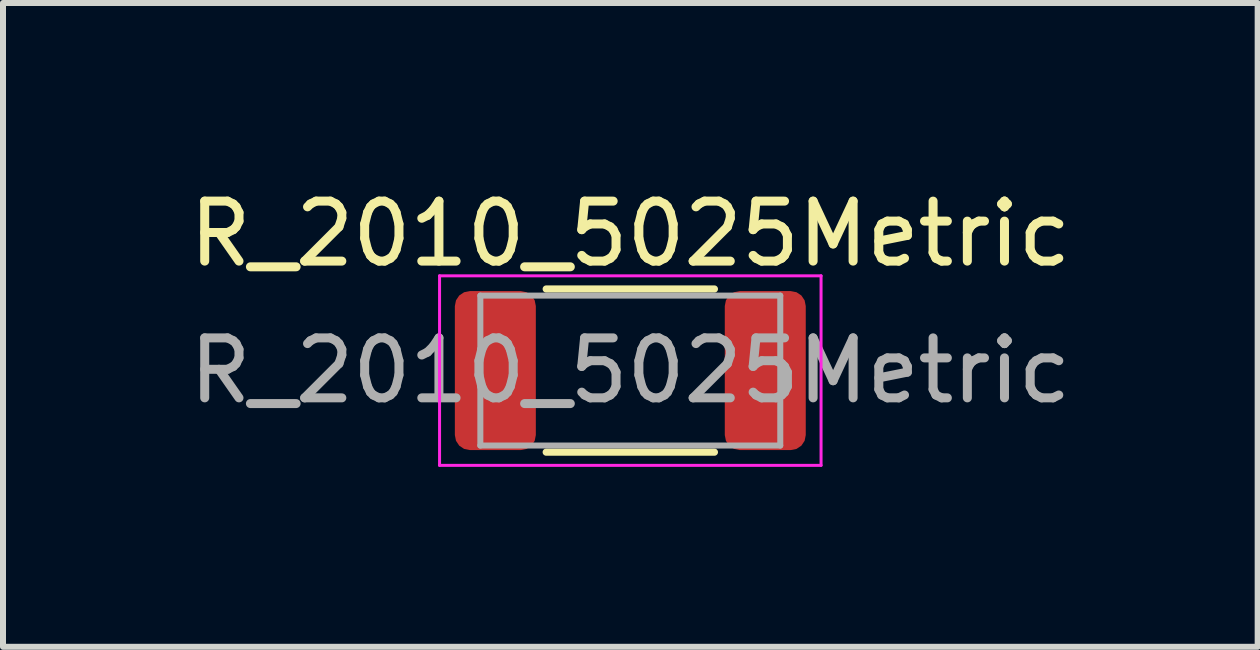
<source format=kicad_pcb>
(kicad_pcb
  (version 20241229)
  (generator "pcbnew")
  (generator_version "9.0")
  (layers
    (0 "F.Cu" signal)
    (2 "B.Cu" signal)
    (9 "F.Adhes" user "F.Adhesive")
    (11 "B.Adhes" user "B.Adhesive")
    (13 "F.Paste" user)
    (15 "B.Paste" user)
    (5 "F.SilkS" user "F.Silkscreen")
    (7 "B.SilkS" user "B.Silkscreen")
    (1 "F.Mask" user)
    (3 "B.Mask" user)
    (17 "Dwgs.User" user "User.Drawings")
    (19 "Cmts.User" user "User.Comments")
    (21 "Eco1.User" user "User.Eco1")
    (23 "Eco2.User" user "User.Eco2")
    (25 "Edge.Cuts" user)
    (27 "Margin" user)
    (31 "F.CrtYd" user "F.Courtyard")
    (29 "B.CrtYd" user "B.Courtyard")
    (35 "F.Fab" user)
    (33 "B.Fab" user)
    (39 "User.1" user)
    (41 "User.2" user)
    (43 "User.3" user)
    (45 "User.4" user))
  (footprint "R_2010_5025Metric"
    (layer "F.Cu")
    (at 7.458 3.128)
    (property "Reference" "R_2010_5025Metric" (at 0 -2.28 0) (layer "F.SilkS") (effects (font (size 1 1) (thickness 0.15))))
    (attr smd)
    (fp_line (start -1.402 -1.36) (end 1.402 -1.36) (stroke (width 0.12) (type solid)) (layer "F.SilkS"))
    (fp_line (start -1.402 1.36) (end 1.402 1.36) (stroke (width 0.12) (type solid)) (layer "F.SilkS"))
    (fp_line (start -3.18 -1.58) (end 3.18 -1.58) (stroke (width 0.05) (type solid)) (layer "F.CrtYd"))
    (fp_line (start -3.18 1.58) (end -3.18 -1.58) (stroke (width 0.05) (type solid)) (layer "F.CrtYd"))
    (fp_line (start 3.18 -1.58) (end 3.18 1.58) (stroke (width 0.05) (type solid)) (layer "F.CrtYd"))
    (fp_line (start 3.18 1.58) (end -3.18 1.58) (stroke (width 0.05) (type solid)) (layer "F.CrtYd"))
    (fp_line (start -2.5 -1.25) (end 2.5 -1.25) (stroke (width 0.1) (type solid)) (layer "F.Fab"))
    (fp_line (start -2.5 1.25) (end -2.5 -1.25) (stroke (width 0.1) (type solid)) (layer "F.Fab"))
    (fp_line (start 2.5 -1.25) (end 2.5 1.25) (stroke (width 0.1) (type solid)) (layer "F.Fab"))
    (fp_line (start 2.5 1.25) (end -2.5 1.25) (stroke (width 0.1) (type solid)) (layer "F.Fab"))
    (fp_text user "${REFERENCE}" (at 0 0 0) (layer "F.Fab") (effects (font (size 1 1) (thickness 0.15))))
    (pad "1" smd roundrect (at -2.25 0) (size 1.35 2.65) (layers "F.Cu" "F.Mask" "F.Paste") (roundrect_rratio 0.185))
    (pad "2" smd roundrect (at 2.25 0) (size 1.35 2.65) (layers "F.Cu" "F.Mask" "F.Paste") (roundrect_rratio 0.185)))
  (gr_rect
    (start -3 -3)
    (end 17.917 7.733)
    (stroke (width 0.1) (type default))
    (fill no)
    (layer "Edge.Cuts")))
</source>
